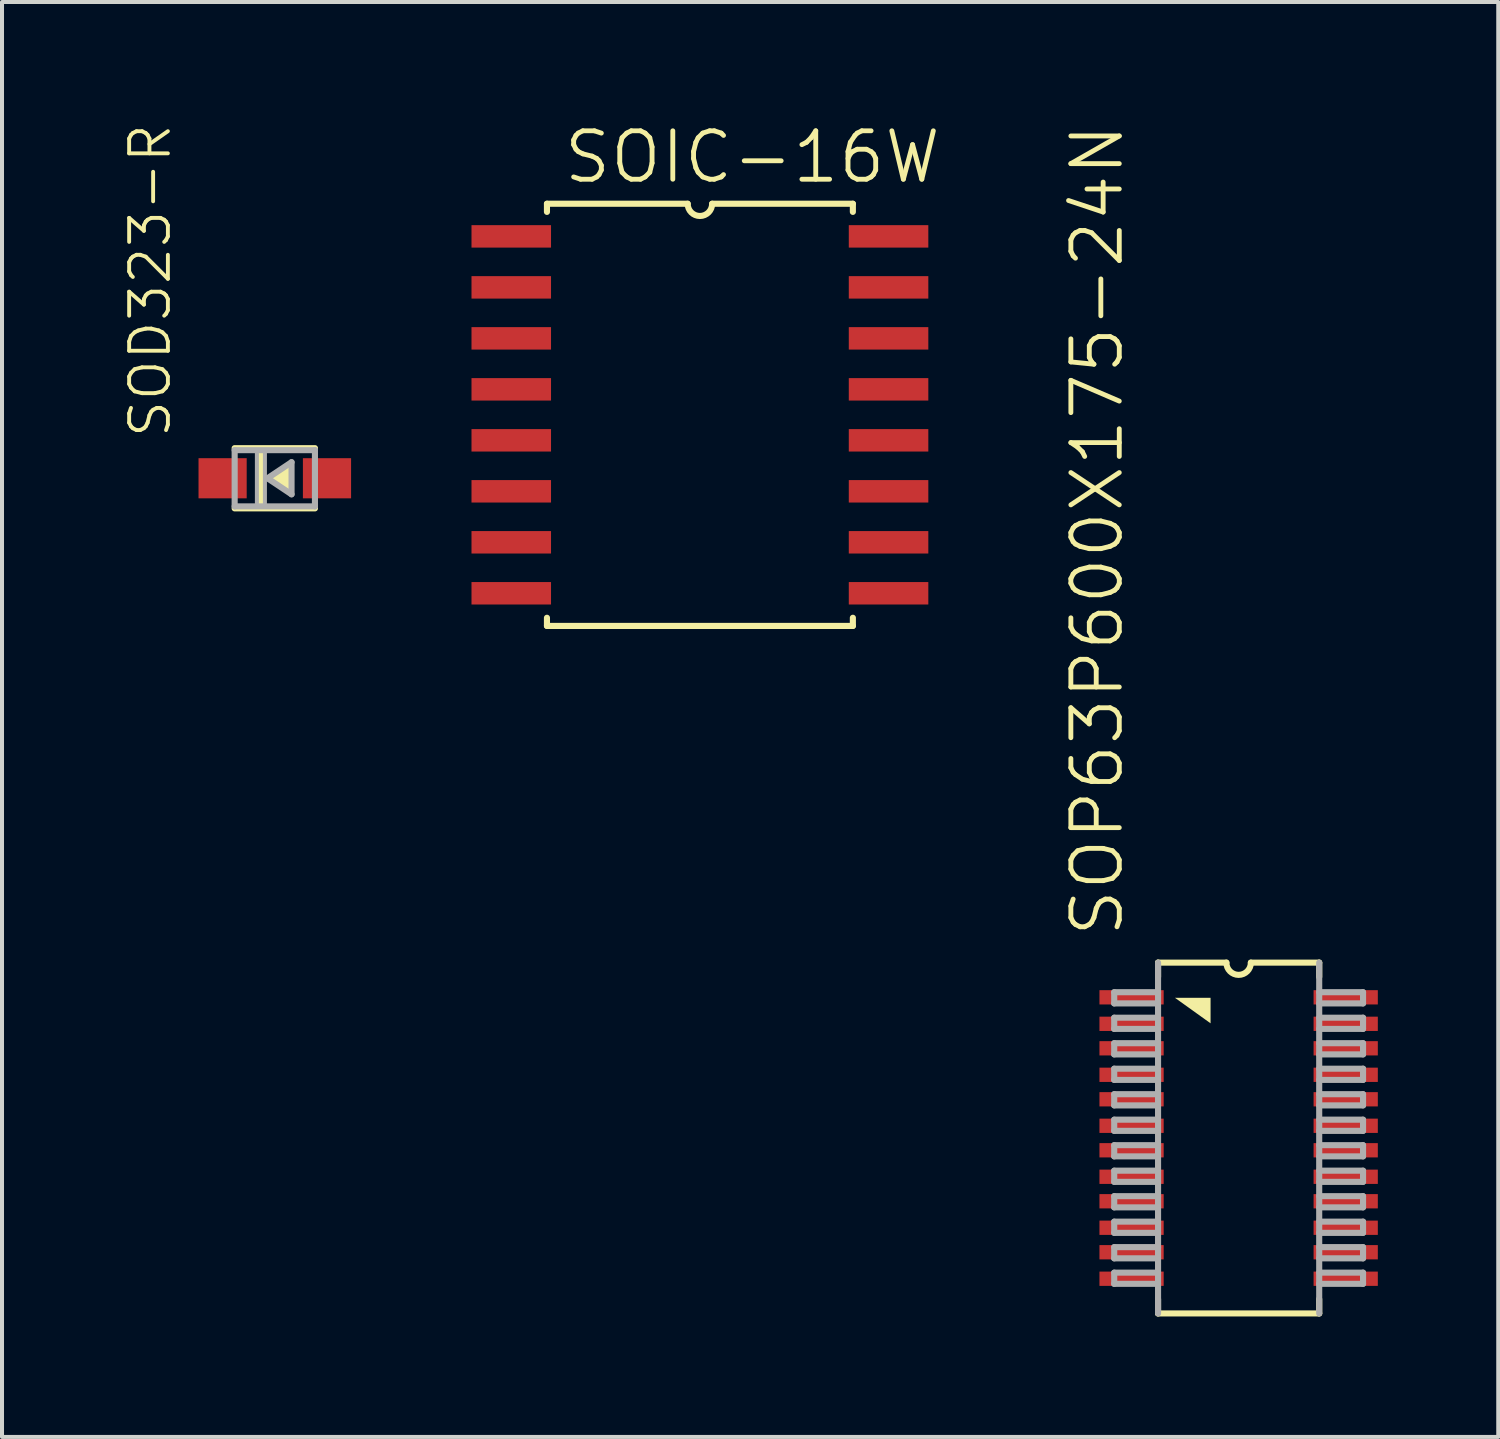
<source format=kicad_pcb>
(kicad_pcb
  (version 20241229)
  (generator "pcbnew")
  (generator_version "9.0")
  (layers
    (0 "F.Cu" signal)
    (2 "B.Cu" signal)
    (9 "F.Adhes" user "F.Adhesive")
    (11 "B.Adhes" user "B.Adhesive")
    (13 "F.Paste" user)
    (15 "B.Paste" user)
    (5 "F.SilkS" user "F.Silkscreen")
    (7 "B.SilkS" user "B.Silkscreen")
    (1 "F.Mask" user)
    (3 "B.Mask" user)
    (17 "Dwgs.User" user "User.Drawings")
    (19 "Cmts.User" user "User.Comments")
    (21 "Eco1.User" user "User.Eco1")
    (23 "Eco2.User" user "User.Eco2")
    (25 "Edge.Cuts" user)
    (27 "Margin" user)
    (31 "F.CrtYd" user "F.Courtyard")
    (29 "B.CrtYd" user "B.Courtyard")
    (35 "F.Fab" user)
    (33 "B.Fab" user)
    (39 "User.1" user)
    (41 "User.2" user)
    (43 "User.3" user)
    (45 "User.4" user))
  (footprint "SOP63P600X175-24N"
    (layer "F.Cu")
    (at 27.803 25.297)
    (property "Reference" "SOP63P600X175-24N" (at -2.819 -4.953 270) (layer "F.SilkS") (effects (font (size 1.206 1.206) (thickness 0.121)) (justify left bottom)))
    (attr through_hole)
    (fp_line (start -2.007 -4.369) (end -2.007 -4.013) (stroke (width 0.152) (type solid)) (layer "F.SilkS"))
    (fp_line (start -2.007 4.013) (end -2.007 4.369) (stroke (width 0.152) (type solid)) (layer "F.SilkS"))
    (fp_line (start -2.007 4.369) (end 2.007 4.369) (stroke (width 0.152) (type solid)) (layer "F.SilkS"))
    (fp_line (start -0.305 -4.369) (end -2.007 -4.369) (stroke (width 0.152) (type solid)) (layer "F.SilkS"))
    (fp_line (start 2.007 -4.369) (end 0.305 -4.369) (stroke (width 0.152) (type solid)) (layer "F.SilkS"))
    (fp_line (start 2.007 -4.013) (end 2.007 -4.369) (stroke (width 0.152) (type solid)) (layer "F.SilkS"))
    (fp_line (start 2.007 4.369) (end 2.007 4.013) (stroke (width 0.152) (type solid)) (layer "F.SilkS"))
    (fp_arc (start 0.3048 -4.3688) (mid 0 -4.064) (end -0.3048 -4.3688) (stroke (width 0.1524) (type solid)) (layer "F.SilkS"))
    (fp_poly (pts (xy -1.587 -3.493) (xy -0.699 -3.493) (xy -0.699 -2.857)) (stroke (width 0) (type solid)) (fill yes) (layer "F.SilkS"))
    (fp_line (start -3.099 -3.632) (end -3.099 -3.353) (stroke (width 0.152) (type solid)) (layer "F.Fab"))
    (fp_line (start -3.099 -3.353) (end -2.007 -3.353) (stroke (width 0.152) (type solid)) (layer "F.Fab"))
    (fp_line (start -3.099 -2.997) (end -3.099 -2.718) (stroke (width 0.152) (type solid)) (layer "F.Fab"))
    (fp_line (start -3.099 -2.718) (end -2.007 -2.718) (stroke (width 0.152) (type solid)) (layer "F.Fab"))
    (fp_line (start -3.099 -2.362) (end -3.099 -2.083) (stroke (width 0.152) (type solid)) (layer "F.Fab"))
    (fp_line (start -3.099 -2.083) (end -2.007 -2.083) (stroke (width 0.152) (type solid)) (layer "F.Fab"))
    (fp_line (start -3.099 -1.727) (end -3.099 -1.448) (stroke (width 0.152) (type solid)) (layer "F.Fab"))
    (fp_line (start -3.099 -1.448) (end -2.007 -1.448) (stroke (width 0.152) (type solid)) (layer "F.Fab"))
    (fp_line (start -3.099 -1.092) (end -3.099 -0.813) (stroke (width 0.152) (type solid)) (layer "F.Fab"))
    (fp_line (start -3.099 -0.813) (end -2.007 -0.813) (stroke (width 0.152) (type solid)) (layer "F.Fab"))
    (fp_line (start -3.099 -0.457) (end -3.099 -0.178) (stroke (width 0.152) (type solid)) (layer "F.Fab"))
    (fp_line (start -3.099 -0.178) (end -2.007 -0.178) (stroke (width 0.152) (type solid)) (layer "F.Fab"))
    (fp_line (start -3.099 0.178) (end -3.099 0.457) (stroke (width 0.152) (type solid)) (layer "F.Fab"))
    (fp_line (start -3.099 0.457) (end -2.007 0.457) (stroke (width 0.152) (type solid)) (layer "F.Fab"))
    (fp_line (start -3.099 0.813) (end -3.099 1.092) (stroke (width 0.152) (type solid)) (layer "F.Fab"))
    (fp_line (start -3.099 1.092) (end -2.007 1.092) (stroke (width 0.152) (type solid)) (layer "F.Fab"))
    (fp_line (start -3.099 1.448) (end -3.099 1.727) (stroke (width 0.152) (type solid)) (layer "F.Fab"))
    (fp_line (start -3.099 1.727) (end -2.007 1.727) (stroke (width 0.152) (type solid)) (layer "F.Fab"))
    (fp_line (start -3.099 2.083) (end -3.099 2.362) (stroke (width 0.152) (type solid)) (layer "F.Fab"))
    (fp_line (start -3.099 2.362) (end -2.007 2.362) (stroke (width 0.152) (type solid)) (layer "F.Fab"))
    (fp_line (start -3.099 2.718) (end -3.099 2.997) (stroke (width 0.152) (type solid)) (layer "F.Fab"))
    (fp_line (start -3.099 2.997) (end -2.007 2.997) (stroke (width 0.152) (type solid)) (layer "F.Fab"))
    (fp_line (start -3.099 3.353) (end -3.099 3.632) (stroke (width 0.152) (type solid)) (layer "F.Fab"))
    (fp_line (start -3.099 3.632) (end -2.007 3.632) (stroke (width 0.152) (type solid)) (layer "F.Fab"))
    (fp_line (start -2.007 -4.369) (end -2.007 4.369) (stroke (width 0.152) (type solid)) (layer "F.Fab"))
    (fp_line (start -2.007 -3.632) (end -3.099 -3.632) (stroke (width 0.152) (type solid)) (layer "F.Fab"))
    (fp_line (start -2.007 -3.353) (end -2.007 -3.632) (stroke (width 0.1) (type solid)) (layer "F.Fab"))
    (fp_line (start -2.007 -2.997) (end -3.099 -2.997) (stroke (width 0.152) (type solid)) (layer "F.Fab"))
    (fp_line (start -2.007 -2.718) (end -2.007 -2.997) (stroke (width 0.1) (type solid)) (layer "F.Fab"))
    (fp_line (start -2.007 -2.362) (end -3.099 -2.362) (stroke (width 0.152) (type solid)) (layer "F.Fab"))
    (fp_line (start -2.007 -2.083) (end -2.007 -2.362) (stroke (width 0.1) (type solid)) (layer "F.Fab"))
    (fp_line (start -2.007 -1.727) (end -3.099 -1.727) (stroke (width 0.152) (type solid)) (layer "F.Fab"))
    (fp_line (start -2.007 -1.448) (end -2.007 -1.727) (stroke (width 0.1) (type solid)) (layer "F.Fab"))
    (fp_line (start -2.007 -1.092) (end -3.099 -1.092) (stroke (width 0.152) (type solid)) (layer "F.Fab"))
    (fp_line (start -2.007 -0.813) (end -2.007 -1.092) (stroke (width 0.1) (type solid)) (layer "F.Fab"))
    (fp_line (start -2.007 -0.457) (end -3.099 -0.457) (stroke (width 0.152) (type solid)) (layer "F.Fab"))
    (fp_line (start -2.007 -0.178) (end -2.007 -0.457) (stroke (width 0.1) (type solid)) (layer "F.Fab"))
    (fp_line (start -2.007 0.178) (end -3.099 0.178) (stroke (width 0.152) (type solid)) (layer "F.Fab"))
    (fp_line (start -2.007 0.457) (end -2.007 0.178) (stroke (width 0.1) (type solid)) (layer "F.Fab"))
    (fp_line (start -2.007 0.813) (end -3.099 0.813) (stroke (width 0.152) (type solid)) (layer "F.Fab"))
    (fp_line (start -2.007 1.092) (end -2.007 0.813) (stroke (width 0.1) (type solid)) (layer "F.Fab"))
    (fp_line (start -2.007 1.448) (end -3.099 1.448) (stroke (width 0.152) (type solid)) (layer "F.Fab"))
    (fp_line (start -2.007 1.727) (end -2.007 1.448) (stroke (width 0.1) (type solid)) (layer "F.Fab"))
    (fp_line (start -2.007 2.083) (end -3.099 2.083) (stroke (width 0.152) (type solid)) (layer "F.Fab"))
    (fp_line (start -2.007 2.362) (end -2.007 2.083) (stroke (width 0.1) (type solid)) (layer "F.Fab"))
    (fp_line (start -2.007 2.718) (end -3.099 2.718) (stroke (width 0.152) (type solid)) (layer "F.Fab"))
    (fp_line (start -2.007 2.997) (end -2.007 2.718) (stroke (width 0.1) (type solid)) (layer "F.Fab"))
    (fp_line (start -2.007 3.353) (end -3.099 3.353) (stroke (width 0.152) (type solid)) (layer "F.Fab"))
    (fp_line (start -2.007 3.632) (end -2.007 3.353) (stroke (width 0.1) (type solid)) (layer "F.Fab"))
    (fp_line (start 2.007 -3.632) (end 2.007 -3.353) (stroke (width 0.1) (type solid)) (layer "F.Fab"))
    (fp_line (start 2.007 -3.353) (end 3.099 -3.353) (stroke (width 0.152) (type solid)) (layer "F.Fab"))
    (fp_line (start 2.007 -2.997) (end 2.007 -2.718) (stroke (width 0.1) (type solid)) (layer "F.Fab"))
    (fp_line (start 2.007 -2.718) (end 3.099 -2.718) (stroke (width 0.152) (type solid)) (layer "F.Fab"))
    (fp_line (start 2.007 -2.362) (end 2.007 -2.083) (stroke (width 0.1) (type solid)) (layer "F.Fab"))
    (fp_line (start 2.007 -2.083) (end 3.099 -2.083) (stroke (width 0.152) (type solid)) (layer "F.Fab"))
    (fp_line (start 2.007 -1.727) (end 2.007 -1.448) (stroke (width 0.1) (type solid)) (layer "F.Fab"))
    (fp_line (start 2.007 -1.448) (end 3.099 -1.448) (stroke (width 0.152) (type solid)) (layer "F.Fab"))
    (fp_line (start 2.007 -1.092) (end 2.007 -0.813) (stroke (width 0.1) (type solid)) (layer "F.Fab"))
    (fp_line (start 2.007 -0.813) (end 3.099 -0.813) (stroke (width 0.152) (type solid)) (layer "F.Fab"))
    (fp_line (start 2.007 -0.457) (end 2.007 -0.178) (stroke (width 0.1) (type solid)) (layer "F.Fab"))
    (fp_line (start 2.007 -0.178) (end 3.099 -0.178) (stroke (width 0.152) (type solid)) (layer "F.Fab"))
    (fp_line (start 2.007 0.178) (end 2.007 0.457) (stroke (width 0.1) (type solid)) (layer "F.Fab"))
    (fp_line (start 2.007 0.457) (end 3.099 0.457) (stroke (width 0.152) (type solid)) (layer "F.Fab"))
    (fp_line (start 2.007 0.813) (end 2.007 1.092) (stroke (width 0.1) (type solid)) (layer "F.Fab"))
    (fp_line (start 2.007 1.092) (end 3.099 1.092) (stroke (width 0.152) (type solid)) (layer "F.Fab"))
    (fp_line (start 2.007 1.448) (end 2.007 1.727) (stroke (width 0.1) (type solid)) (layer "F.Fab"))
    (fp_line (start 2.007 1.727) (end 3.099 1.727) (stroke (width 0.152) (type solid)) (layer "F.Fab"))
    (fp_line (start 2.007 2.083) (end 2.007 2.362) (stroke (width 0.1) (type solid)) (layer "F.Fab"))
    (fp_line (start 2.007 2.362) (end 3.099 2.362) (stroke (width 0.152) (type solid)) (layer "F.Fab"))
    (fp_line (start 2.007 2.718) (end 2.007 2.997) (stroke (width 0.1) (type solid)) (layer "F.Fab"))
    (fp_line (start 2.007 2.997) (end 3.099 2.997) (stroke (width 0.152) (type solid)) (layer "F.Fab"))
    (fp_line (start 2.007 3.353) (end 2.007 3.632) (stroke (width 0.1) (type solid)) (layer "F.Fab"))
    (fp_line (start 2.007 3.632) (end 3.099 3.632) (stroke (width 0.152) (type solid)) (layer "F.Fab"))
    (fp_line (start 2.007 4.369) (end 2.007 -4.369) (stroke (width 0.152) (type solid)) (layer "F.Fab"))
    (fp_line (start 3.099 -3.632) (end 2.007 -3.632) (stroke (width 0.152) (type solid)) (layer "F.Fab"))
    (fp_line (start 3.099 -3.353) (end 3.099 -3.632) (stroke (width 0.152) (type solid)) (layer "F.Fab"))
    (fp_line (start 3.099 -2.997) (end 2.007 -2.997) (stroke (width 0.152) (type solid)) (layer "F.Fab"))
    (fp_line (start 3.099 -2.718) (end 3.099 -2.997) (stroke (width 0.152) (type solid)) (layer "F.Fab"))
    (fp_line (start 3.099 -2.362) (end 2.007 -2.362) (stroke (width 0.152) (type solid)) (layer "F.Fab"))
    (fp_line (start 3.099 -2.083) (end 3.099 -2.362) (stroke (width 0.152) (type solid)) (layer "F.Fab"))
    (fp_line (start 3.099 -1.727) (end 2.007 -1.727) (stroke (width 0.152) (type solid)) (layer "F.Fab"))
    (fp_line (start 3.099 -1.448) (end 3.099 -1.727) (stroke (width 0.152) (type solid)) (layer "F.Fab"))
    (fp_line (start 3.099 -1.092) (end 2.007 -1.092) (stroke (width 0.152) (type solid)) (layer "F.Fab"))
    (fp_line (start 3.099 -0.813) (end 3.099 -1.092) (stroke (width 0.152) (type solid)) (layer "F.Fab"))
    (fp_line (start 3.099 -0.457) (end 2.007 -0.457) (stroke (width 0.152) (type solid)) (layer "F.Fab"))
    (fp_line (start 3.099 -0.178) (end 3.099 -0.457) (stroke (width 0.152) (type solid)) (layer "F.Fab"))
    (fp_line (start 3.099 0.178) (end 2.007 0.178) (stroke (width 0.152) (type solid)) (layer "F.Fab"))
    (fp_line (start 3.099 0.457) (end 3.099 0.178) (stroke (width 0.152) (type solid)) (layer "F.Fab"))
    (fp_line (start 3.099 0.813) (end 2.007 0.813) (stroke (width 0.152) (type solid)) (layer "F.Fab"))
    (fp_line (start 3.099 1.092) (end 3.099 0.813) (stroke (width 0.152) (type solid)) (layer "F.Fab"))
    (fp_line (start 3.099 1.448) (end 2.007 1.448) (stroke (width 0.152) (type solid)) (layer "F.Fab"))
    (fp_line (start 3.099 1.727) (end 3.099 1.448) (stroke (width 0.152) (type solid)) (layer "F.Fab"))
    (fp_line (start 3.099 2.083) (end 2.007 2.083) (stroke (width 0.152) (type solid)) (layer "F.Fab"))
    (fp_line (start 3.099 2.362) (end 3.099 2.083) (stroke (width 0.152) (type solid)) (layer "F.Fab"))
    (fp_line (start 3.099 2.718) (end 2.007 2.718) (stroke (width 0.152) (type solid)) (layer "F.Fab"))
    (fp_line (start 3.099 2.997) (end 3.099 2.718) (stroke (width 0.152) (type solid)) (layer "F.Fab"))
    (fp_line (start 3.099 3.353) (end 2.007 3.353) (stroke (width 0.152) (type solid)) (layer "F.Fab"))
    (fp_line (start 3.099 3.632) (end 3.099 3.353) (stroke (width 0.152) (type solid)) (layer "F.Fab"))
    (pad "1" smd rect (at -2.667 -3.505) (size 1.6 0.356) (layers "F.Cu" "F.Mask" "F.Paste"))
    (pad "2" smd rect (at -2.667 -2.845) (size 1.6 0.356) (layers "F.Cu" "F.Mask" "F.Paste"))
    (pad "3" smd rect (at -2.667 -2.235) (size 1.6 0.356) (layers "F.Cu" "F.Mask" "F.Paste"))
    (pad "4" smd rect (at -2.667 -1.575) (size 1.6 0.356) (layers "F.Cu" "F.Mask" "F.Paste"))
    (pad "5" smd rect (at -2.667 -0.965) (size 1.6 0.356) (layers "F.Cu" "F.Mask" "F.Paste"))
    (pad "6" smd rect (at -2.667 -0.305) (size 1.6 0.356) (layers "F.Cu" "F.Mask" "F.Paste"))
    (pad "7" smd rect (at -2.667 0.305) (size 1.6 0.356) (layers "F.Cu" "F.Mask" "F.Paste"))
    (pad "8" smd rect (at -2.667 0.965) (size 1.6 0.356) (layers "F.Cu" "F.Mask" "F.Paste"))
    (pad "9" smd rect (at -2.667 1.575) (size 1.6 0.356) (layers "F.Cu" "F.Mask" "F.Paste"))
    (pad "10" smd rect (at -2.667 2.235) (size 1.6 0.356) (layers "F.Cu" "F.Mask" "F.Paste"))
    (pad "11" smd rect (at -2.667 2.845) (size 1.6 0.356) (layers "F.Cu" "F.Mask" "F.Paste"))
    (pad "12" smd rect (at -2.667 3.505) (size 1.6 0.356) (layers "F.Cu" "F.Mask" "F.Paste"))
    (pad "13" smd rect (at 2.667 3.505) (size 1.6 0.356) (layers "F.Cu" "F.Mask" "F.Paste"))
    (pad "14" smd rect (at 2.667 2.845) (size 1.6 0.356) (layers "F.Cu" "F.Mask" "F.Paste"))
    (pad "15" smd rect (at 2.667 2.235) (size 1.6 0.356) (layers "F.Cu" "F.Mask" "F.Paste"))
    (pad "16" smd rect (at 2.667 1.575) (size 1.6 0.356) (layers "F.Cu" "F.Mask" "F.Paste"))
    (pad "17" smd rect (at 2.667 0.965) (size 1.6 0.356) (layers "F.Cu" "F.Mask" "F.Paste"))
    (pad "18" smd rect (at 2.667 0.305) (size 1.6 0.356) (layers "F.Cu" "F.Mask" "F.Paste"))
    (pad "19" smd rect (at 2.667 -0.305) (size 1.6 0.356) (layers "F.Cu" "F.Mask" "F.Paste"))
    (pad "20" smd rect (at 2.667 -0.965) (size 1.6 0.356) (layers "F.Cu" "F.Mask" "F.Paste"))
    (pad "21" smd rect (at 2.667 -1.575) (size 1.6 0.356) (layers "F.Cu" "F.Mask" "F.Paste"))
    (pad "22" smd rect (at 2.667 -2.235) (size 1.6 0.356) (layers "F.Cu" "F.Mask" "F.Paste"))
    (pad "23" smd rect (at 2.667 -2.845) (size 1.6 0.356) (layers "F.Cu" "F.Mask" "F.Paste"))
    (pad "24" smd rect (at 2.667 -3.505) (size 1.6 0.356) (layers "F.Cu" "F.Mask" "F.Paste")))
  (footprint "SOIC-16W"
    (layer "F.Cu")
    (at 14.384 7.283)
    (property "Reference" "SOIC-16W" (at -3.454 -5.715 180) (layer "F.SilkS") (effects (font (size 1.206 1.206) (thickness 0.121)) (justify left bottom)))
    (attr through_hole)
    (fp_line (start -3.81 -5.258) (end -3.81 -5.055) (stroke (width 0.152) (type solid)) (layer "F.SilkS"))
    (fp_line (start -3.81 5.055) (end -3.81 5.258) (stroke (width 0.152) (type solid)) (layer "F.SilkS"))
    (fp_line (start -3.81 5.258) (end 3.81 5.258) (stroke (width 0.152) (type solid)) (layer "F.SilkS"))
    (fp_line (start -0.305 -5.258) (end -3.81 -5.258) (stroke (width 0.152) (type solid)) (layer "F.SilkS"))
    (fp_line (start 3.81 -5.258) (end 0.305 -5.258) (stroke (width 0.152) (type solid)) (layer "F.SilkS"))
    (fp_line (start 3.81 -5.055) (end 3.81 -5.258) (stroke (width 0.152) (type solid)) (layer "F.SilkS"))
    (fp_line (start 3.81 5.258) (end 3.81 5.055) (stroke (width 0.152) (type solid)) (layer "F.SilkS"))
    (fp_arc (start 0.3048 -5.2578) (mid 0 -4.953) (end -0.3048 -5.2578) (stroke (width 0.1524) (type solid)) (layer "F.SilkS"))
    (pad "1" smd rect (at -4.699 -4.445) (size 1.981 0.559) (layers "F.Cu" "F.Mask" "F.Paste"))
    (pad "2" smd rect (at -4.699 -3.175) (size 1.981 0.559) (layers "F.Cu" "F.Mask" "F.Paste"))
    (pad "3" smd rect (at -4.699 -1.905) (size 1.981 0.559) (layers "F.Cu" "F.Mask" "F.Paste"))
    (pad "4" smd rect (at -4.699 -0.635) (size 1.981 0.559) (layers "F.Cu" "F.Mask" "F.Paste"))
    (pad "5" smd rect (at -4.699 0.635) (size 1.981 0.559) (layers "F.Cu" "F.Mask" "F.Paste"))
    (pad "6" smd rect (at -4.699 1.905) (size 1.981 0.559) (layers "F.Cu" "F.Mask" "F.Paste"))
    (pad "7" smd rect (at -4.699 3.175) (size 1.981 0.559) (layers "F.Cu" "F.Mask" "F.Paste"))
    (pad "8" smd rect (at -4.699 4.445) (size 1.981 0.559) (layers "F.Cu" "F.Mask" "F.Paste"))
    (pad "9" smd rect (at 4.699 4.445) (size 1.981 0.559) (layers "F.Cu" "F.Mask" "F.Paste"))
    (pad "10" smd rect (at 4.699 3.175) (size 1.981 0.559) (layers "F.Cu" "F.Mask" "F.Paste"))
    (pad "11" smd rect (at 4.699 1.905) (size 1.981 0.559) (layers "F.Cu" "F.Mask" "F.Paste"))
    (pad "12" smd rect (at 4.699 0.635) (size 1.981 0.559) (layers "F.Cu" "F.Mask" "F.Paste"))
    (pad "13" smd rect (at 4.699 -0.635) (size 1.981 0.559) (layers "F.Cu" "F.Mask" "F.Paste"))
    (pad "14" smd rect (at 4.699 -1.905) (size 1.981 0.559) (layers "F.Cu" "F.Mask" "F.Paste"))
    (pad "15" smd rect (at 4.699 -3.175) (size 1.981 0.559) (layers "F.Cu" "F.Mask" "F.Paste"))
    (pad "16" smd rect (at 4.699 -4.445) (size 1.981 0.559) (layers "F.Cu" "F.Mask" "F.Paste")))
  (footprint "SOD323-R"
    (layer "F.Cu")
    (at 3.795 8.863)
    (property "Reference" "SOD323-R" (at -2.54 -0.953 270) (layer "F.SilkS") (effects (font (size 0.965 0.965) (thickness 0.097)) (justify left bottom)))
    (attr through_hole)
    (fp_line (start -1 -0.75) (end 1 -0.75) (stroke (width 0.152) (type solid)) (layer "F.SilkS"))
    (fp_line (start 1 0.75) (end -1 0.75) (stroke (width 0.152) (type solid)) (layer "F.SilkS"))
    (fp_poly (pts (xy -0.191 0) (xy 0.381 -0.381) (xy 0.381 0.381)) (stroke (width 0) (type solid)) (fill yes) (layer "F.SilkS"))
    (fp_poly (pts (xy -0.446 0.7) (xy -0.246 0.7) (xy -0.246 -0.7) (xy -0.446 -0.7)) (stroke (width 0) (type solid)) (fill yes) (layer "F.SilkS"))
    (fp_line (start -1 -0.7) (end 1 -0.7) (stroke (width 0.152) (type solid)) (layer "F.Fab"))
    (fp_line (start -1 0.7) (end -1 -0.7) (stroke (width 0.152) (type solid)) (layer "F.Fab"))
    (fp_line (start -0.182 0) (end 0.417 -0.4) (stroke (width 0.152) (type solid)) (layer "F.Fab"))
    (fp_line (start 0.417 -0.4) (end 0.417 0.4) (stroke (width 0.152) (type solid)) (layer "F.Fab"))
    (fp_line (start 0.417 0.4) (end -0.182 0) (stroke (width 0.152) (type solid)) (layer "F.Fab"))
    (fp_line (start 1 -0.7) (end 1 0.7) (stroke (width 0.152) (type solid)) (layer "F.Fab"))
    (fp_line (start 1 0.7) (end -1 0.7) (stroke (width 0.152) (type solid)) (layer "F.Fab"))
    (fp_poly (pts (xy -0.446 0.7) (xy -0.246 0.7) (xy -0.246 -0.7) (xy -0.446 -0.7)) (stroke (width 0.1) (type solid)) (fill no) (layer "F.Fab"))
    (pad "A" smd rect (at 1.3 0) (size 1.2 1) (layers "F.Cu" "F.Mask" "F.Paste"))
    (pad "C" smd rect (at -1.3 0) (size 1.2 1) (layers "F.Cu" "F.Mask" "F.Paste")))
  (gr_rect
    (start -3 -3)
    (end 34.27 32.742)
    (stroke (width 0.1) (type default))
    (fill no)
    (layer "Edge.Cuts")))
</source>
